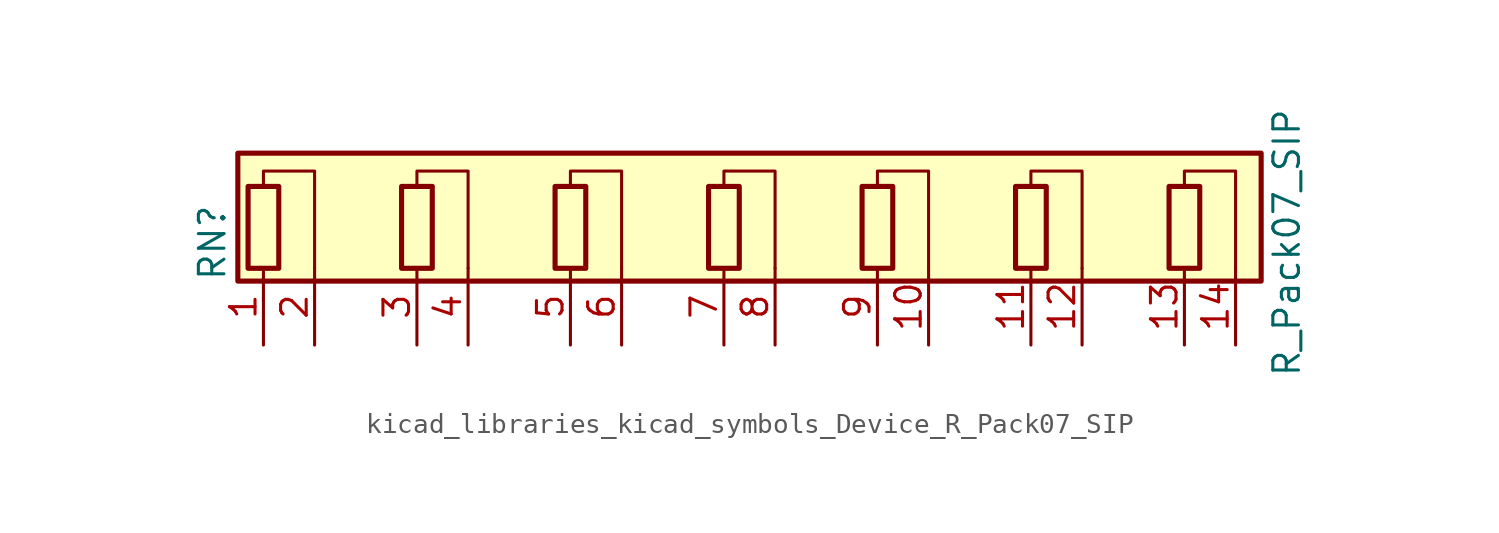
<source format=kicad_sym>
(kicad_symbol_lib
  (version 20220914)
  (generator kicad_symbol_editor)
  (symbol "kicad_libraries_kicad_symbols_Device_R_Pack07_SIP"
    (pin_names
      (offset 0) hide)
    (property "Reference" "RN"
      (at -25.4 0 90)
      (effects (font (size 1.27 1.27))))
    (property "Value" "R_Pack07_SIP"
      (at 27.94 0 90)
      (effects (font (size 1.27 1.27))))
    (symbol "kicad_libraries_kicad_symbols_Device_R_Pack07_SIP_0_1"
      (rectangle (start -24.13 -1.905) (end 26.67 4.445) (stroke (width 0.254) (type default)) (fill (type background)))
      (rectangle (start -23.622 2.794) (end -22.098 -1.27) (stroke (width 0.254) (type default)) (fill (type none)))
      (rectangle (start -16.002 2.794) (end -14.478 -1.27) (stroke (width 0.254) (type default)) (fill (type none)))
      (rectangle (start -8.382 2.794) (end -6.858 -1.27) (stroke (width 0.254) (type default)) (fill (type none)))
      (rectangle (start -0.762 2.794) (end 0.762 -1.27) (stroke (width 0.254) (type default)) (fill (type none)))
      (polyline (pts (xy -22.86 2.794) (xy -22.86 3.556) (xy -20.32 3.556) (xy -20.32 -1.27)) (stroke (width 0) (type default)) (fill (type none)))
      (polyline (pts (xy -15.24 2.794) (xy -15.24 3.556) (xy -12.7 3.556) (xy -12.7 -1.27)) (stroke (width 0) (type default)) (fill (type none)))
      (polyline (pts (xy -7.62 2.794) (xy -7.62 3.556) (xy -5.08 3.556) (xy -5.08 -1.27)) (stroke (width 0) (type default)) (fill (type none)))
      (polyline (pts (xy 0 2.794) (xy 0 3.556) (xy 2.54 3.556) (xy 2.54 -1.27)) (stroke (width 0) (type default)) (fill (type none)))
      (polyline (pts (xy 7.62 2.794) (xy 7.62 3.556) (xy 10.16 3.556) (xy 10.16 -1.27)) (stroke (width 0) (type default)) (fill (type none)))
      (polyline (pts (xy 15.24 2.794) (xy 15.24 3.556) (xy 17.78 3.556) (xy 17.78 -1.27)) (stroke (width 0) (type default)) (fill (type none)))
      (polyline (pts (xy 22.86 2.794) (xy 22.86 3.556) (xy 25.4 3.556) (xy 25.4 -1.27)) (stroke (width 0) (type default)) (fill (type none)))
      (rectangle (start 6.858 2.794) (end 8.382 -1.27) (stroke (width 0.254) (type default)) (fill (type none)))
      (rectangle (start 14.478 2.794) (end 16.002 -1.27) (stroke (width 0.254) (type default)) (fill (type none)))
      (rectangle (start 22.098 2.794) (end 23.622 -1.27) (stroke (width 0.254) (type default)) (fill (type none))))
    (symbol "kicad_libraries_kicad_symbols_Device_R_Pack07_SIP_1_1"
      (pin passive line (at -22.86 -5.08 90) (length 3.81) (name "R1.1" (effects (font (size 1.27 1.27)))) (number "1" (effects (font (size 1.27 1.27)))))
      (pin passive line (at 10.16 -5.08 90) (length 3.81) (name "R5.2" (effects (font (size 1.27 1.27)))) (number "10" (effects (font (size 1.27 1.27)))))
      (pin passive line (at 15.24 -5.08 90) (length 3.81) (name "R6.1" (effects (font (size 1.27 1.27)))) (number "11" (effects (font (size 1.27 1.27)))))
      (pin passive line (at 17.78 -5.08 90) (length 3.81) (name "R6.2" (effects (font (size 1.27 1.27)))) (number "12" (effects (font (size 1.27 1.27)))))
      (pin passive line (at 22.86 -5.08 90) (length 3.81) (name "R7.1" (effects (font (size 1.27 1.27)))) (number "13" (effects (font (size 1.27 1.27)))))
      (pin passive line (at 25.4 -5.08 90) (length 3.81) (name "R7.2" (effects (font (size 1.27 1.27)))) (number "14" (effects (font (size 1.27 1.27)))))
      (pin passive line (at -20.32 -5.08 90) (length 3.81) (name "R1.2" (effects (font (size 1.27 1.27)))) (number "2" (effects (font (size 1.27 1.27)))))
      (pin passive line (at -15.24 -5.08 90) (length 3.81) (name "R2.1" (effects (font (size 1.27 1.27)))) (number "3" (effects (font (size 1.27 1.27)))))
      (pin passive line (at -12.7 -5.08 90) (length 3.81) (name "R2.2" (effects (font (size 1.27 1.27)))) (number "4" (effects (font (size 1.27 1.27)))))
      (pin passive line (at -7.62 -5.08 90) (length 3.81) (name "R3.1" (effects (font (size 1.27 1.27)))) (number "5" (effects (font (size 1.27 1.27)))))
      (pin passive line (at -5.08 -5.08 90) (length 3.81) (name "R3.2" (effects (font (size 1.27 1.27)))) (number "6" (effects (font (size 1.27 1.27)))))
      (pin passive line (at 0 -5.08 90) (length 3.81) (name "R4.1" (effects (font (size 1.27 1.27)))) (number "7" (effects (font (size 1.27 1.27)))))
      (pin passive line (at 2.54 -5.08 90) (length 3.81) (name "R4.2" (effects (font (size 1.27 1.27)))) (number "8" (effects (font (size 1.27 1.27)))))
      (pin passive line (at 7.62 -5.08 90) (length 3.81) (name "R5.1" (effects (font (size 1.27 1.27)))) (number "9" (effects (font (size 1.27 1.27))))))))
</source>
